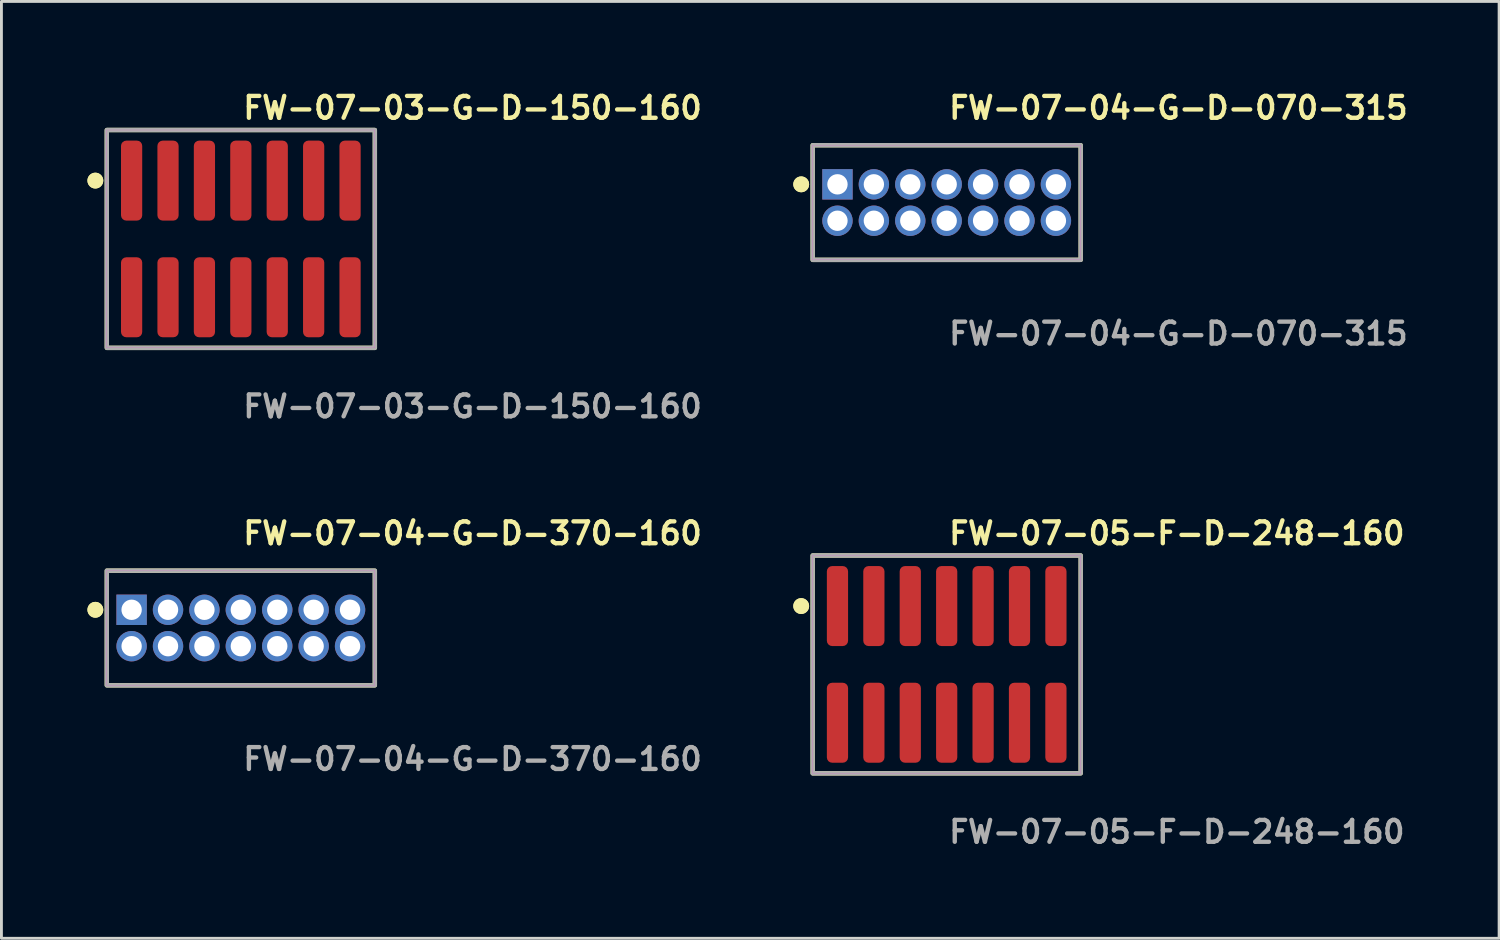
<source format=kicad_pcb>
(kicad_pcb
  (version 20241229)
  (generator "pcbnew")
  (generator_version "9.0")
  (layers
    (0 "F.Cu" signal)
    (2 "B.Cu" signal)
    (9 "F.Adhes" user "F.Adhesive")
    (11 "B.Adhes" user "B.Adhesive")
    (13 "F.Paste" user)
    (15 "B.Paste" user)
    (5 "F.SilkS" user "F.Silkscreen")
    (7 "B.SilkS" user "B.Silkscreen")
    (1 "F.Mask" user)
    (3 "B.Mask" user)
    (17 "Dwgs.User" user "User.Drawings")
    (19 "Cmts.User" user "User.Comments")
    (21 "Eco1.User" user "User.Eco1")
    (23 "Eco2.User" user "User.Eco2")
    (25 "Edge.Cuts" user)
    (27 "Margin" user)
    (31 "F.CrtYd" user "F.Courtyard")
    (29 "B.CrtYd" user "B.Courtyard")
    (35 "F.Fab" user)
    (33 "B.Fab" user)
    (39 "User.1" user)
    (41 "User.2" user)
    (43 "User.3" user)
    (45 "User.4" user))
  (footprint "FW-07-04-G-D-370-160"
    (layer "F.Cu")
    (at 5.351 18.856)
    (property "Reference" "FW-07-04-G-D-370-160" (at 0 -3.302 0) (unlocked yes) (layer "F.SilkS") (effects (font (size 0.762 0.762) (thickness 0.152)) (justify left)))
    (fp_rect (start -4.675 2) (end 4.675 -2) (stroke (width 0.152) (type solid)) (fill no) (layer "F.SilkS"))
    (fp_circle (center -5.075 -0.635) (end -5.275 -0.635) (stroke (width 0.152) (type solid)) (fill yes) (layer "F.SilkS"))
    (fp_circle (center -5.075 -0.635) (end -5.275 -0.635) (stroke (width 0.152) (type solid)) (fill yes) (layer "F.SilkS"))
    (fp_rect (start -4.675 2) (end 4.675 -2) (stroke (width 0.006) (type solid)) (fill no) (layer "F.CrtYd"))
    (fp_rect (start -4.675 2) (end 4.675 -2) (stroke (width 0.152) (type solid)) (fill no) (layer "F.Fab"))
    (fp_text user "${REFERENCE}" (at 0 4.572 0) (unlocked yes) (layer "F.Fab") (effects (font (size 0.762 0.762) (thickness 0.152)) (justify left)))
    (pad "1" thru_hole rect (at -3.81 -0.635) (size 1.06 1.06) (drill 0.71) (layers "*.Cu" "*.Mask"))
    (pad "2" thru_hole circle (at -3.81 0.635) (size 1.06 1.06) (drill 0.71) (layers "*.Cu" "*.Mask"))
    (pad "3" thru_hole circle (at -2.54 -0.635) (size 1.06 1.06) (drill 0.71) (layers "*.Cu" "*.Mask"))
    (pad "4" thru_hole circle (at -2.54 0.635) (size 1.06 1.06) (drill 0.71) (layers "*.Cu" "*.Mask"))
    (pad "5" thru_hole circle (at -1.27 -0.635) (size 1.06 1.06) (drill 0.71) (layers "*.Cu" "*.Mask"))
    (pad "6" thru_hole circle (at -1.27 0.635) (size 1.06 1.06) (drill 0.71) (layers "*.Cu" "*.Mask"))
    (pad "7" thru_hole circle (at 0 -0.635) (size 1.06 1.06) (drill 0.71) (layers "*.Cu" "*.Mask"))
    (pad "8" thru_hole circle (at 0 0.635) (size 1.06 1.06) (drill 0.71) (layers "*.Cu" "*.Mask"))
    (pad "9" thru_hole circle (at 1.27 -0.635) (size 1.06 1.06) (drill 0.71) (layers "*.Cu" "*.Mask"))
    (pad "10" thru_hole circle (at 1.27 0.635) (size 1.06 1.06) (drill 0.71) (layers "*.Cu" "*.Mask"))
    (pad "11" thru_hole circle (at 2.54 -0.635) (size 1.06 1.06) (drill 0.71) (layers "*.Cu" "*.Mask"))
    (pad "12" thru_hole circle (at 2.54 0.635) (size 1.06 1.06) (drill 0.71) (layers "*.Cu" "*.Mask"))
    (pad "13" thru_hole circle (at 3.81 -0.635) (size 1.06 1.06) (drill 0.71) (layers "*.Cu" "*.Mask"))
    (pad "14" thru_hole circle (at 3.81 0.635) (size 1.06 1.06) (drill 0.71) (layers "*.Cu" "*.Mask")))
  (footprint "FW-07-05-F-D-248-160"
    (layer "F.Cu")
    (at 29.973 20.126)
    (property "Reference" "FW-07-05-F-D-248-160" (at 0 -4.572 0) (unlocked yes) (layer "F.SilkS") (effects (font (size 0.762 0.762) (thickness 0.152)) (justify left)))
    (fp_rect (start -4.675 3.8) (end 4.675 -3.8) (stroke (width 0.152) (type solid)) (fill no) (layer "F.SilkS"))
    (fp_circle (center -5.075 -2.035) (end -5.275 -2.035) (stroke (width 0.152) (type solid)) (fill yes) (layer "F.SilkS"))
    (fp_circle (center -5.075 -2.035) (end -5.275 -2.035) (stroke (width 0.152) (type solid)) (fill yes) (layer "F.SilkS"))
    (fp_rect (start -4.675 3.8) (end 4.675 -3.8) (stroke (width 0.006) (type solid)) (fill no) (layer "F.CrtYd"))
    (fp_rect (start -4.675 3.8) (end 4.675 -3.8) (stroke (width 0.152) (type solid)) (fill no) (layer "F.Fab"))
    (fp_text user "${REFERENCE}" (at 0 5.842 0) (unlocked yes) (layer "F.Fab") (effects (font (size 0.762 0.762) (thickness 0.152)) (justify left)))
    (pad "1" smd roundrect (at -3.81 -2.035) (size 0.74 2.79) (layers "F.Cu" "F.Paste") (roundrect_rratio 0.25))
    (pad "2" smd roundrect (at -3.81 2.035) (size 0.74 2.79) (layers "F.Cu" "F.Paste") (roundrect_rratio 0.25))
    (pad "3" smd roundrect (at -2.54 -2.035) (size 0.74 2.79) (layers "F.Cu" "F.Paste") (roundrect_rratio 0.25))
    (pad "4" smd roundrect (at -2.54 2.035) (size 0.74 2.79) (layers "F.Cu" "F.Paste") (roundrect_rratio 0.25))
    (pad "5" smd roundrect (at -1.27 -2.035) (size 0.74 2.79) (layers "F.Cu" "F.Paste") (roundrect_rratio 0.25))
    (pad "6" smd roundrect (at -1.27 2.035) (size 0.74 2.79) (layers "F.Cu" "F.Paste") (roundrect_rratio 0.25))
    (pad "7" smd roundrect (at 0 -2.035) (size 0.74 2.79) (layers "F.Cu" "F.Paste") (roundrect_rratio 0.25))
    (pad "8" smd roundrect (at 0 2.035) (size 0.74 2.79) (layers "F.Cu" "F.Paste") (roundrect_rratio 0.25))
    (pad "9" smd roundrect (at 1.27 -2.035) (size 0.74 2.79) (layers "F.Cu" "F.Paste") (roundrect_rratio 0.25))
    (pad "10" smd roundrect (at 1.27 2.035) (size 0.74 2.79) (layers "F.Cu" "F.Paste") (roundrect_rratio 0.25))
    (pad "11" smd roundrect (at 2.54 -2.035) (size 0.74 2.79) (layers "F.Cu" "F.Paste") (roundrect_rratio 0.25))
    (pad "12" smd roundrect (at 2.54 2.035) (size 0.74 2.79) (layers "F.Cu" "F.Paste") (roundrect_rratio 0.25))
    (pad "13" smd roundrect (at 3.81 -2.035) (size 0.74 2.79) (layers "F.Cu" "F.Paste") (roundrect_rratio 0.25))
    (pad "14" smd roundrect (at 3.81 2.035) (size 0.74 2.79) (layers "F.Cu" "F.Paste") (roundrect_rratio 0.25)))
  (footprint "FW-07-03-G-D-150-160"
    (layer "F.Cu")
    (at 5.351 5.285)
    (property "Reference" "FW-07-03-G-D-150-160" (at 0 -4.572 0) (unlocked yes) (layer "F.SilkS") (effects (font (size 0.762 0.762) (thickness 0.152)) (justify left)))
    (fp_rect (start -4.675 3.8) (end 4.675 -3.8) (stroke (width 0.152) (type solid)) (fill no) (layer "F.SilkS"))
    (fp_circle (center -5.075 -2.035) (end -5.275 -2.035) (stroke (width 0.152) (type solid)) (fill yes) (layer "F.SilkS"))
    (fp_circle (center -5.075 -2.035) (end -5.275 -2.035) (stroke (width 0.152) (type solid)) (fill yes) (layer "F.SilkS"))
    (fp_rect (start -4.675 3.8) (end 4.675 -3.8) (stroke (width 0.006) (type solid)) (fill no) (layer "F.CrtYd"))
    (fp_rect (start -4.675 3.8) (end 4.675 -3.8) (stroke (width 0.152) (type solid)) (fill no) (layer "F.Fab"))
    (fp_text user "${REFERENCE}" (at 0 5.842 0) (unlocked yes) (layer "F.Fab") (effects (font (size 0.762 0.762) (thickness 0.152)) (justify left)))
    (pad "1" smd roundrect (at -3.81 -2.035) (size 0.74 2.79) (layers "F.Cu" "F.Paste") (roundrect_rratio 0.25))
    (pad "2" smd roundrect (at -3.81 2.035) (size 0.74 2.79) (layers "F.Cu" "F.Paste") (roundrect_rratio 0.25))
    (pad "3" smd roundrect (at -2.54 -2.035) (size 0.74 2.79) (layers "F.Cu" "F.Paste") (roundrect_rratio 0.25))
    (pad "4" smd roundrect (at -2.54 2.035) (size 0.74 2.79) (layers "F.Cu" "F.Paste") (roundrect_rratio 0.25))
    (pad "5" smd roundrect (at -1.27 -2.035) (size 0.74 2.79) (layers "F.Cu" "F.Paste") (roundrect_rratio 0.25))
    (pad "6" smd roundrect (at -1.27 2.035) (size 0.74 2.79) (layers "F.Cu" "F.Paste") (roundrect_rratio 0.25))
    (pad "7" smd roundrect (at 0 -2.035) (size 0.74 2.79) (layers "F.Cu" "F.Paste") (roundrect_rratio 0.25))
    (pad "8" smd roundrect (at 0 2.035) (size 0.74 2.79) (layers "F.Cu" "F.Paste") (roundrect_rratio 0.25))
    (pad "9" smd roundrect (at 1.27 -2.035) (size 0.74 2.79) (layers "F.Cu" "F.Paste") (roundrect_rratio 0.25))
    (pad "10" smd roundrect (at 1.27 2.035) (size 0.74 2.79) (layers "F.Cu" "F.Paste") (roundrect_rratio 0.25))
    (pad "11" smd roundrect (at 2.54 -2.035) (size 0.74 2.79) (layers "F.Cu" "F.Paste") (roundrect_rratio 0.25))
    (pad "12" smd roundrect (at 2.54 2.035) (size 0.74 2.79) (layers "F.Cu" "F.Paste") (roundrect_rratio 0.25))
    (pad "13" smd roundrect (at 3.81 -2.035) (size 0.74 2.79) (layers "F.Cu" "F.Paste") (roundrect_rratio 0.25))
    (pad "14" smd roundrect (at 3.81 2.035) (size 0.74 2.79) (layers "F.Cu" "F.Paste") (roundrect_rratio 0.25)))
  (footprint "FW-07-04-G-D-070-315"
    (layer "F.Cu")
    (at 29.973 4.015)
    (property "Reference" "FW-07-04-G-D-070-315" (at 0 -3.302 0) (unlocked yes) (layer "F.SilkS") (effects (font (size 0.762 0.762) (thickness 0.152)) (justify left)))
    (fp_rect (start -4.675 2) (end 4.675 -2) (stroke (width 0.152) (type solid)) (fill no) (layer "F.SilkS"))
    (fp_circle (center -5.075 -0.635) (end -5.275 -0.635) (stroke (width 0.152) (type solid)) (fill yes) (layer "F.SilkS"))
    (fp_circle (center -5.075 -0.635) (end -5.275 -0.635) (stroke (width 0.152) (type solid)) (fill yes) (layer "F.SilkS"))
    (fp_rect (start -4.675 2) (end 4.675 -2) (stroke (width 0.006) (type solid)) (fill no) (layer "F.CrtYd"))
    (fp_rect (start -4.675 2) (end 4.675 -2) (stroke (width 0.152) (type solid)) (fill no) (layer "F.Fab"))
    (fp_text user "${REFERENCE}" (at 0 4.572 0) (unlocked yes) (layer "F.Fab") (effects (font (size 0.762 0.762) (thickness 0.152)) (justify left)))
    (pad "1" thru_hole rect (at -3.81 -0.635) (size 1.06 1.06) (drill 0.71) (layers "*.Cu" "*.Mask"))
    (pad "2" thru_hole circle (at -3.81 0.635) (size 1.06 1.06) (drill 0.71) (layers "*.Cu" "*.Mask"))
    (pad "3" thru_hole circle (at -2.54 -0.635) (size 1.06 1.06) (drill 0.71) (layers "*.Cu" "*.Mask"))
    (pad "4" thru_hole circle (at -2.54 0.635) (size 1.06 1.06) (drill 0.71) (layers "*.Cu" "*.Mask"))
    (pad "5" thru_hole circle (at -1.27 -0.635) (size 1.06 1.06) (drill 0.71) (layers "*.Cu" "*.Mask"))
    (pad "6" thru_hole circle (at -1.27 0.635) (size 1.06 1.06) (drill 0.71) (layers "*.Cu" "*.Mask"))
    (pad "7" thru_hole circle (at 0 -0.635) (size 1.06 1.06) (drill 0.71) (layers "*.Cu" "*.Mask"))
    (pad "8" thru_hole circle (at 0 0.635) (size 1.06 1.06) (drill 0.71) (layers "*.Cu" "*.Mask"))
    (pad "9" thru_hole circle (at 1.27 -0.635) (size 1.06 1.06) (drill 0.71) (layers "*.Cu" "*.Mask"))
    (pad "10" thru_hole circle (at 1.27 0.635) (size 1.06 1.06) (drill 0.71) (layers "*.Cu" "*.Mask"))
    (pad "11" thru_hole circle (at 2.54 -0.635) (size 1.06 1.06) (drill 0.71) (layers "*.Cu" "*.Mask"))
    (pad "12" thru_hole circle (at 2.54 0.635) (size 1.06 1.06) (drill 0.71) (layers "*.Cu" "*.Mask"))
    (pad "13" thru_hole circle (at 3.81 -0.635) (size 1.06 1.06) (drill 0.71) (layers "*.Cu" "*.Mask"))
    (pad "14" thru_hole circle (at 3.81 0.635) (size 1.06 1.06) (drill 0.71) (layers "*.Cu" "*.Mask")))
  (gr_rect
    (start -3 -3)
    (end 49.243 29.681)
    (stroke (width 0.1) (type default))
    (fill no)
    (layer "Edge.Cuts")))
</source>
